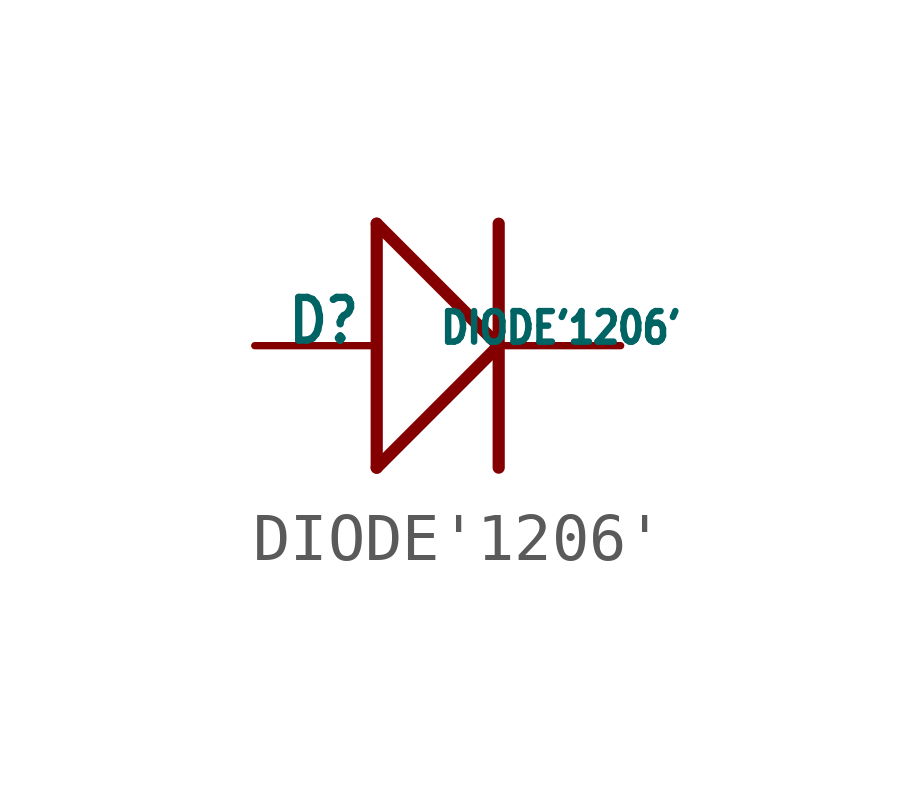
<source format=kicad_sym>
(kicad_symbol_lib
  (version 20211014)
  (generator kicad_symbol_editor)
  (symbol "DIODE'1206'"
    (property "Reference" "D"
      (at -3.175 0 0)
      (effects (font (size 0.889 0.756)) (justify left bottom)))
    (property "Value" "DIODE'1206'"
      (at 0 0 0)
      (effects (font (size 0.635 0.54)) (justify left bottom)))
    (property "ki_locked" ""
      (at 0 0 0)
      (effects (font (size 1.27 1.27))))
    (symbol "DIODE'1206'_1_0"
      (polyline (pts (xy -1.27 -2.54) (xy -1.27 2.54)) (stroke (width 0.254) (type default) (color 0 0 0 0)) (fill (type none)))
      (polyline (pts (xy -1.27 -2.54) (xy 1.27 0)) (stroke (width 0.254) (type default) (color 0 0 0 0)) (fill (type none)))
      (polyline (pts (xy -1.27 2.54) (xy 1.27 0)) (stroke (width 0.254) (type default) (color 0 0 0 0)) (fill (type none)))
      (polyline (pts (xy 1.27 2.54) (xy 1.27 -2.54)) (stroke (width 0.254) (type default) (color 0 0 0 0)) (fill (type none)))
      (pin passive line (at -3.81 0 0) (length 2.54) (name "+" (effects (font (size 0 0)))) (number "+" (effects (font (size 0 0)))))
      (pin passive line (at 3.81 0 180) (length 2.54) (name "-" (effects (font (size 0 0)))) (number "-" (effects (font (size 0 0))))))))
</source>
